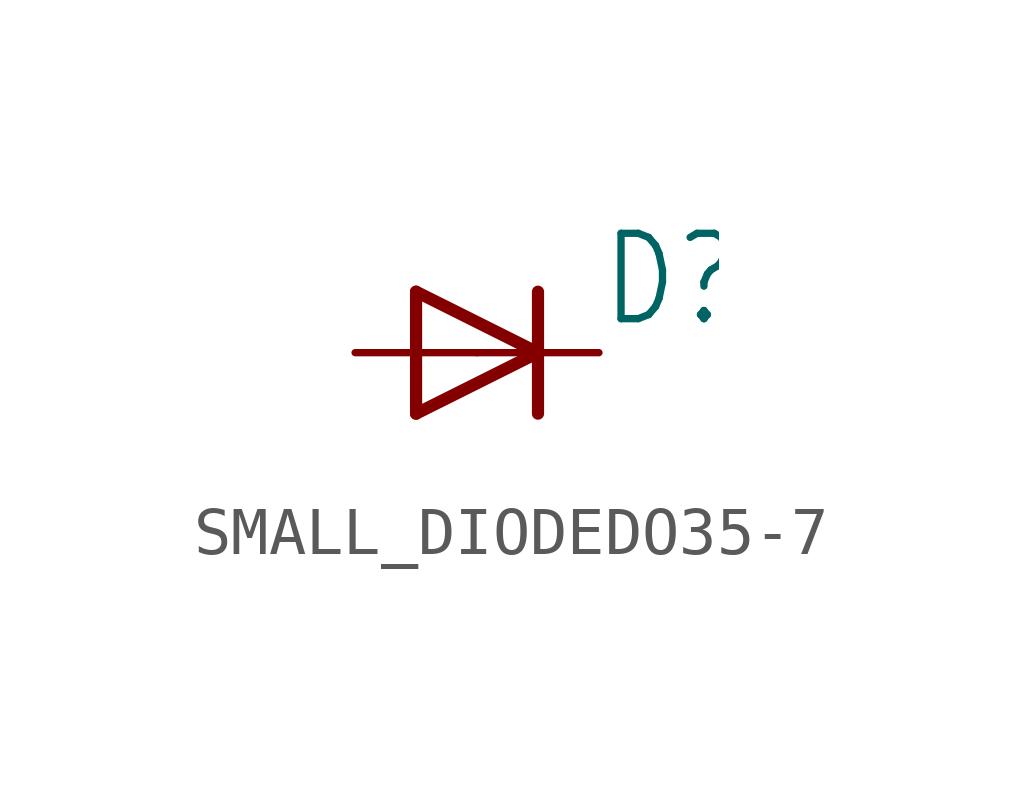
<source format=kicad_sym>
(kicad_symbol_lib
  (version 20220914)
  (generator kicad_symbol_editor)
  (symbol "SMALL_DIODEDO35-7"
    (property "Reference" "D"
      (at 2.54 0.483 0)
      (effects (font (size 1.778 1.511)) (justify left bottom)))
    (property "Value" ""
      (at 2.54 -2.311 0)
      (effects (font (size 1.778 1.511)) (justify left bottom)))
    (property "ki_locked" ""
      (at 0 0 0)
      (effects (font (size 1.27 1.27))))
    (symbol "SMALL_DIODEDO35-7_1_0"
      (polyline (pts (xy -1.27 -1.27) (xy 1.27 0)) (stroke (width 0.254) (type solid)) (fill (type none)))
      (polyline (pts (xy -1.27 1.27) (xy -1.27 -1.27)) (stroke (width 0.254) (type solid)) (fill (type none)))
      (polyline (pts (xy 1.27 0) (xy -1.27 1.27)) (stroke (width 0.254) (type solid)) (fill (type none)))
      (polyline (pts (xy 1.27 0) (xy 1.27 -1.27)) (stroke (width 0.254) (type solid)) (fill (type none)))
      (polyline (pts (xy 1.27 1.27) (xy 1.27 0)) (stroke (width 0.254) (type solid)) (fill (type none)))
      (pin passive line (at -2.54 0 0) (length 2.54) (name "A" (effects (font (size 0 0)))) (number "A" (effects (font (size 0 0)))))
      (pin passive line (at 2.54 0 180) (length 2.54) (name "C" (effects (font (size 0 0)))) (number "C" (effects (font (size 0 0))))))))
</source>
